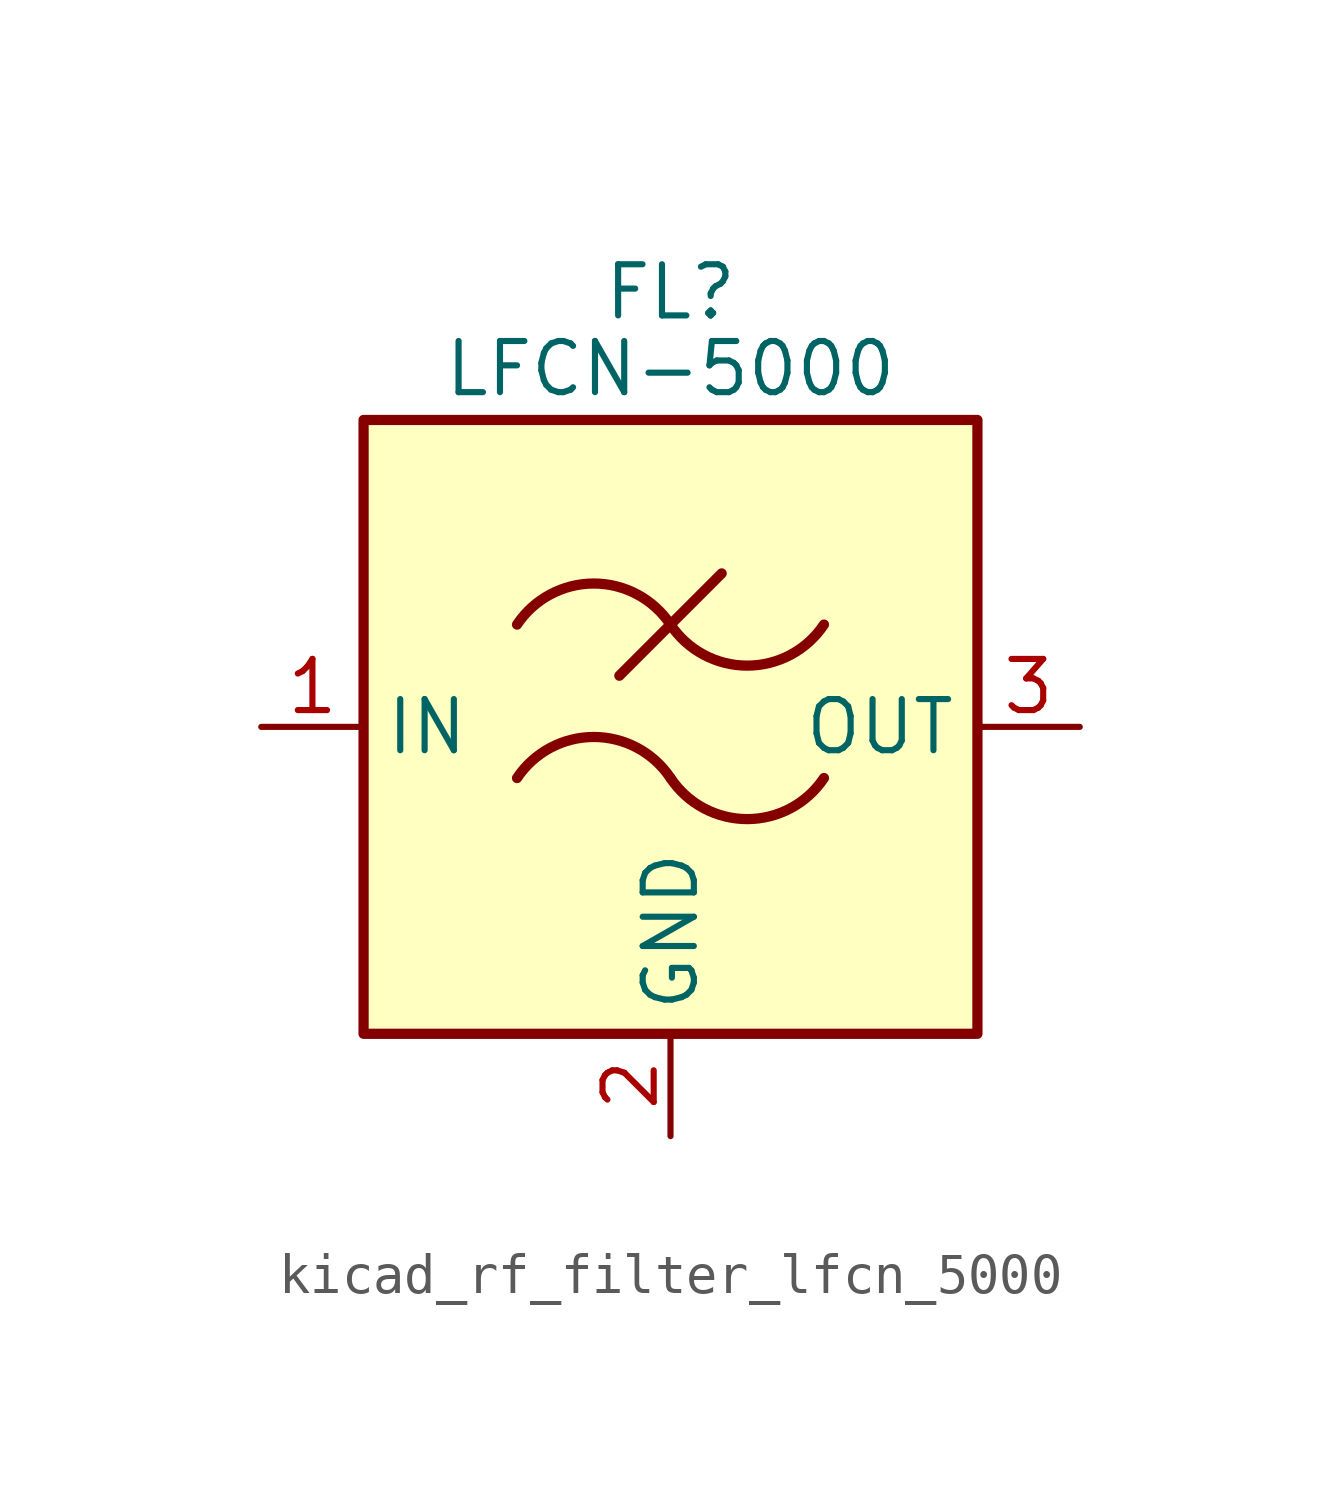
<source format=kicad_sym>
(kicad_symbol_lib
  (version 20220914)
  (generator kicad_symbol_editor)
  (symbol "kicad_rf_filter_lfcn_5000"
    (property "Reference" "FL"
      (at 0 10.795 0)
      (effects (font (size 1.27 1.27))))
    (property "Value" "LFCN-5000"
      (at 0 8.89 0)
      (effects (font (size 1.27 1.27))))
    (symbol "kicad_rf_filter_lfcn_5000_0_1"
      (rectangle (start -7.62 7.62) (end 7.62 -7.62) (stroke (width 0.254) (type default)) (fill (type background)))
      (arc (start 0 -1.27) (mid -1.905 -0.2505) (end -3.81 -1.27) (stroke (width 0.254) (type default)) (fill (type none)))
      (arc (start 0 -1.27) (mid 1.905 -2.2895) (end 3.81 -1.27) (stroke (width 0.254) (type default)) (fill (type none)))
      (polyline (pts (xy -1.27 1.27) (xy 1.27 3.81)) (stroke (width 0.254) (type default)) (fill (type none)))
      (arc (start 0 2.54) (mid -1.905 3.5595) (end -3.81 2.54) (stroke (width 0.254) (type default)) (fill (type none)))
      (arc (start 0 2.54) (mid 1.905 1.5205) (end 3.81 2.54) (stroke (width 0.254) (type default)) (fill (type none))))
    (symbol "kicad_rf_filter_lfcn_5000_1_1"
      (pin passive line (at -10.16 0 0) (length 2.54) (name "IN" (effects (font (size 1.27 1.27)))) (number "1" (effects (font (size 1.27 1.27)))))
      (pin passive line (at 0 -10.16 90) (length 2.54) (name "GND" (effects (font (size 1.27 1.27)))) (number "2" (effects (font (size 1.27 1.27)))))
      (pin passive line (at 10.16 0 180) (length 2.54) (name "OUT" (effects (font (size 1.27 1.27)))) (number "3" (effects (font (size 1.27 1.27)))))
      (pin passive line (at 0 -10.16 90) (length 2.54) hide (name "GND" (effects (font (size 1.27 1.27)))) (number "4" (effects (font (size 1.27 1.27))))))))
</source>
